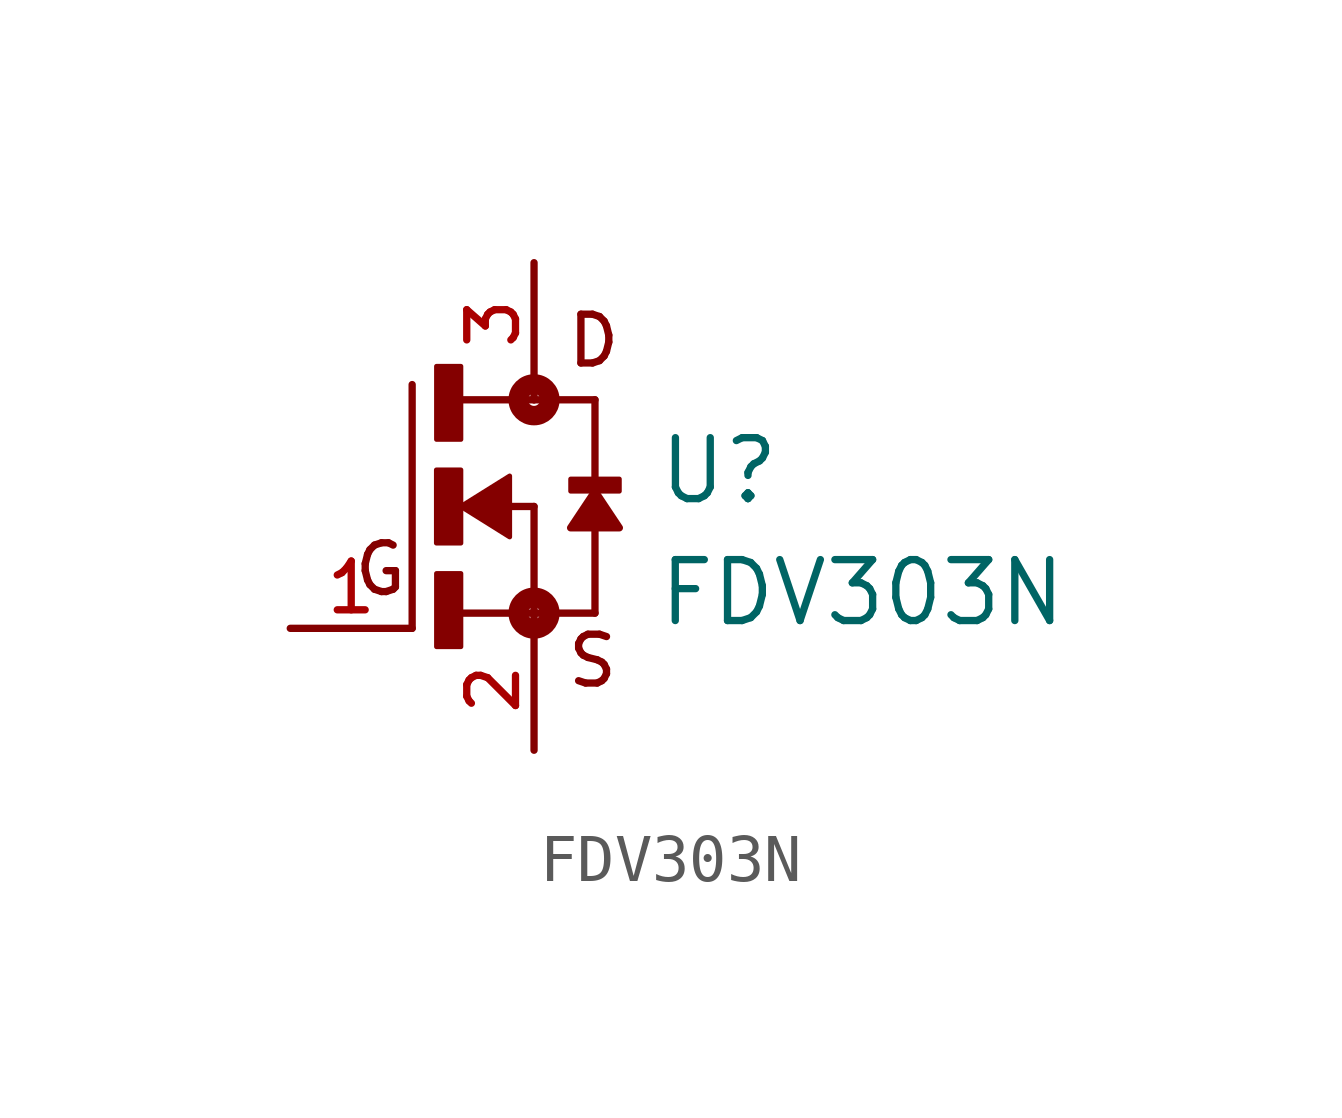
<source format=kicad_sym>
(kicad_symbol_lib
  (version 20211014)
  (generator kicad_symbol_editor)
  (symbol "FDV303N"
    (pin_names
      (offset 1.016))
    (property "Reference" "U"
      (at 2.544 0.0 0)
      (effects (font (size 1.27 1.27)) (justify bottom left)))
    (property "Value" "FDV303N"
      (at 2.541 -2.541 0)
      (effects (font (size 1.27 1.27)) (justify bottom left)))
    (symbol "FDV303N_0_0"
      (polyline (pts (xy -0.508 0.0) (xy 0.0 0.0)) (stroke (width 0.152)))
      (polyline (pts (xy -1.587 -2.223) (xy 0.0 -2.223)) (stroke (width 0.152)))
      (polyline (pts (xy -2.54 -2.54) (xy -2.54 2.54)) (stroke (width 0.152)))
      (polyline (pts (xy 0.0 0.0) (xy 0.0 -2.223)) (stroke (width 0.152)))
      (polyline (pts (xy 1.27 -2.223) (xy 0.0 -2.223)) (stroke (width 0.152)))
      (polyline (pts (xy -1.587 2.223) (xy 0.0 2.223)) (stroke (width 0.152)))
      (polyline (pts (xy 0.0 2.223) (xy 1.27 2.223)) (stroke (width 0.152)))
      (polyline (pts (xy 0.0 -2.223) (xy 0.0 -2.54)) (stroke (width 0.152)))
      (polyline (pts (xy 1.27 2.223) (xy 1.27 -2.223)) (stroke (width 0.152)))
      (polyline (pts (xy 0.0 2.54) (xy 0.0 2.223)) (stroke (width 0.152)))
      (circle (center 0.0 -2.223) (radius 0.127) (stroke (width 0.406)) (fill (type none)))
      (circle (center 0.0 2.223) (radius 0.127) (stroke (width 0.406)) (fill (type none)))
      (text "D" (at 0.635 2.858 0) (effects (font (size 1.016 1.016)) (justify bottom left)))
      (text "S" (at 0.635 -3.812 0) (effects (font (size 1.017 1.017)) (justify bottom left)))
      (text "G" (at -3.812 -1.906 0) (effects (font (size 1.017 1.017)) (justify bottom left)))
      (rectangle (start -2.033 1.397) (end -1.524 2.921) (stroke (width 0.1)) (fill (type outline)))
      (rectangle (start -2.036 -0.764) (end -1.524 0.762) (stroke (width 0.1)) (fill (type outline)))
      (rectangle (start -2.033 -2.923) (end -1.524 -1.397) (stroke (width 0.1)) (fill (type outline)))
      (rectangle (start 0.763 0.318) (end 1.778 0.572) (stroke (width 0.1)) (fill (type outline)))
      (polyline (pts (xy -1.524 0.0) (xy -0.508 0.635) (xy -0.508 -0.635) (xy -1.524 0.0)) (stroke (width 0.102)) (fill (type outline)))
      (polyline (pts (xy 1.27 0.318) (xy 0.762 -0.445) (xy 1.778 -0.445) (xy 1.27 0.318)) (stroke (width 0.152)) (fill (type outline)))
      (pin passive line (at 0.0 5.08 270.0) (length 2.54) (name "~" (effects (font (size 1.016 1.016)))) (number "3" (effects (font (size 1.016 1.016)))))
      (pin passive line (at 0.0 -5.08 90.0) (length 2.54) (name "~" (effects (font (size 1.016 1.016)))) (number "2" (effects (font (size 1.016 1.016)))))
      (pin passive line (at -5.08 -2.54 0) (length 2.54) (name "~" (effects (font (size 1.016 1.016)))) (number "1" (effects (font (size 1.016 1.016))))))))
</source>
